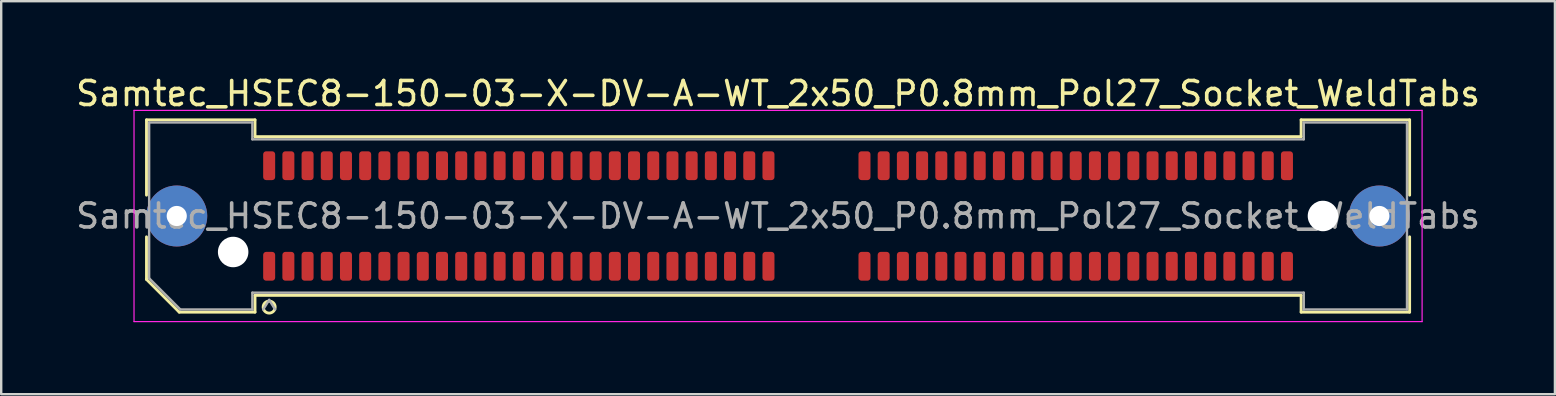
<source format=kicad_pcb>
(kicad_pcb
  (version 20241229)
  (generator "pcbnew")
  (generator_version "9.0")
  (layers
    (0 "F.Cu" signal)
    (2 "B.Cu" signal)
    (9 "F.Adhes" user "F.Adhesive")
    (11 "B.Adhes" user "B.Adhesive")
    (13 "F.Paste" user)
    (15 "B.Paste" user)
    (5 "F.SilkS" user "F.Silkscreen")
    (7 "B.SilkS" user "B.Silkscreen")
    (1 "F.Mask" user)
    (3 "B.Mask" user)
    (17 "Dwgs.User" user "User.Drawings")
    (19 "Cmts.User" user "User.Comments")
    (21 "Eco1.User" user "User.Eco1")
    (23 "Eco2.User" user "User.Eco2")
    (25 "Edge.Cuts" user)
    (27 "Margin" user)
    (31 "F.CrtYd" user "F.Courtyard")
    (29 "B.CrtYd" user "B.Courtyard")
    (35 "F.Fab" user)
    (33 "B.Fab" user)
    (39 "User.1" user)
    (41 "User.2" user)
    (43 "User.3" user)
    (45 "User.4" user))
  (footprint "Samtec_HSEC8-150-03-X-DV-A-WT_2x50_P0.8mm_Pol27_Socket_WeldTabs"
    (layer "F.Cu")
    (at 29.363 5.948)
    (property "Reference" "Samtec_HSEC8-150-03-X-DV-A-WT_2x50_P0.8mm_Pol27_Socket_WeldTabs" (at 0 -5.1 0) (layer "F.SilkS") (effects (font (size 1 1) (thickness 0.15))))
    (attr smd)
    (fp_line (start -26.31 -4.005) (end -21.79 -4.005) (stroke (width 0.12) (type solid)) (layer "F.SilkS"))
    (fp_line (start -26.31 -0.868) (end -26.31 -4.005) (stroke (width 0.12) (type solid)) (layer "F.SilkS"))
    (fp_line (start -26.31 2.641) (end -26.31 0.868) (stroke (width 0.12) (type solid)) (layer "F.SilkS"))
    (fp_line (start -24.946 4.005) (end -26.31 2.641) (stroke (width 0.12) (type solid)) (layer "F.SilkS"))
    (fp_line (start -21.79 -4.005) (end -21.79 -3.305) (stroke (width 0.12) (type solid)) (layer "F.SilkS"))
    (fp_line (start -21.79 -3.305) (end 21.79 -3.305) (stroke (width 0.12) (type solid)) (layer "F.SilkS"))
    (fp_line (start -21.79 3.305) (end -21.79 4.005) (stroke (width 0.12) (type solid)) (layer "F.SilkS"))
    (fp_line (start -21.79 4.005) (end -24.946 4.005) (stroke (width 0.12) (type solid)) (layer "F.SilkS"))
    (fp_line (start 21.79 -4.005) (end 26.31 -4.005) (stroke (width 0.12) (type solid)) (layer "F.SilkS"))
    (fp_line (start 21.79 -3.305) (end 21.79 -4.005) (stroke (width 0.12) (type solid)) (layer "F.SilkS"))
    (fp_line (start 21.79 3.305) (end -21.79 3.305) (stroke (width 0.12) (type solid)) (layer "F.SilkS"))
    (fp_line (start 21.79 4.005) (end 21.79 3.305) (stroke (width 0.12) (type solid)) (layer "F.SilkS"))
    (fp_line (start 26.31 -4.005) (end 26.31 -0.868) (stroke (width 0.12) (type solid)) (layer "F.SilkS"))
    (fp_line (start 26.31 0.868) (end 26.31 4.005) (stroke (width 0.12) (type solid)) (layer "F.SilkS"))
    (fp_line (start 26.31 4.005) (end 21.79 4.005) (stroke (width 0.12) (type solid)) (layer "F.SilkS"))
    (fp_arc (start -20.95 3.795) (mid -21.45 3.795) (end -20.95 3.795) (stroke (width 0.12) (type solid)) (layer "F.SilkS"))
    (fp_line (start -26.83 -4.4) (end -26.83 4.4) (stroke (width 0.05) (type solid)) (layer "F.CrtYd"))
    (fp_line (start -26.83 4.4) (end 26.83 4.4) (stroke (width 0.05) (type solid)) (layer "F.CrtYd"))
    (fp_line (start 26.83 -4.4) (end -26.83 -4.4) (stroke (width 0.05) (type solid)) (layer "F.CrtYd"))
    (fp_line (start 26.83 4.4) (end 26.83 -4.4) (stroke (width 0.05) (type solid)) (layer "F.CrtYd"))
    (fp_line (start -26.2 -3.895) (end -21.9 -3.895) (stroke (width 0.1) (type solid)) (layer "F.Fab"))
    (fp_line (start -26.2 2.595) (end -26.2 -3.895) (stroke (width 0.1) (type solid)) (layer "F.Fab"))
    (fp_line (start -24.9 3.895) (end -26.2 2.595) (stroke (width 0.1) (type solid)) (layer "F.Fab"))
    (fp_line (start -21.9 -3.895) (end -21.9 -3.195) (stroke (width 0.1) (type solid)) (layer "F.Fab"))
    (fp_line (start -21.9 -3.195) (end 21.9 -3.195) (stroke (width 0.1) (type solid)) (layer "F.Fab"))
    (fp_line (start -21.9 3.195) (end -21.9 3.895) (stroke (width 0.1) (type solid)) (layer "F.Fab"))
    (fp_line (start -21.9 3.895) (end -24.9 3.895) (stroke (width 0.1) (type solid)) (layer "F.Fab"))
    (fp_line (start -21.2 3.495) (end -21.45 3.895) (stroke (width 0.1) (type solid)) (layer "F.Fab"))
    (fp_line (start -21.2 3.495) (end -20.95 3.895) (stroke (width 0.1) (type solid)) (layer "F.Fab"))
    (fp_line (start 21.9 -3.895) (end 26.2 -3.895) (stroke (width 0.1) (type solid)) (layer "F.Fab"))
    (fp_line (start 21.9 -3.195) (end 21.9 -3.895) (stroke (width 0.1) (type solid)) (layer "F.Fab"))
    (fp_line (start 21.9 3.195) (end -21.9 3.195) (stroke (width 0.1) (type solid)) (layer "F.Fab"))
    (fp_line (start 21.9 3.895) (end 21.9 3.195) (stroke (width 0.1) (type solid)) (layer "F.Fab"))
    (fp_line (start 26.2 -3.895) (end 26.2 3.895) (stroke (width 0.1) (type solid)) (layer "F.Fab"))
    (fp_line (start 26.2 3.895) (end 21.9 3.895) (stroke (width 0.1) (type solid)) (layer "F.Fab"))
    (fp_text user "${REFERENCE}" (at 0 0 0) (layer "F.Fab") (effects (font (size 1 1) (thickness 0.15))))
    (pad "" thru_hole circle (at -25.05 0) (size 2.54 2.54) (drill 0.84) (layers "*.Cu" "*.Mask" "F.Paste"))
    (pad "" np_thru_hole circle (at -22.7 1.5) (size 1.27 1.27) (drill 1.27) (layers "*.Cu" "*.Mask"))
    (pad "" np_thru_hole circle (at 22.7 0) (size 1.27 1.27) (drill 1.27) (layers "*.Cu" "*.Mask"))
    (pad "" thru_hole circle (at 25.05 0) (size 2.54 2.54) (drill 0.84) (layers "*.Cu" "*.Mask" "F.Paste"))
    (pad "1" smd roundrect (at -21.2 2.095) (size 0.5 1.2) (layers "F.Cu" "F.Mask" "F.Paste") (roundrect_rratio 0.25))
    (pad "2" smd roundrect (at -21.2 -2.095) (size 0.5 1.2) (layers "F.Cu" "F.Mask" "F.Paste") (roundrect_rratio 0.25))
    (pad "3" smd roundrect (at -20.4 2.095) (size 0.5 1.2) (layers "F.Cu" "F.Mask" "F.Paste") (roundrect_rratio 0.25))
    (pad "4" smd roundrect (at -20.4 -2.095) (size 0.5 1.2) (layers "F.Cu" "F.Mask" "F.Paste") (roundrect_rratio 0.25))
    (pad "5" smd roundrect (at -19.6 2.095) (size 0.5 1.2) (layers "F.Cu" "F.Mask" "F.Paste") (roundrect_rratio 0.25))
    (pad "6" smd roundrect (at -19.6 -2.095) (size 0.5 1.2) (layers "F.Cu" "F.Mask" "F.Paste") (roundrect_rratio 0.25))
    (pad "7" smd roundrect (at -18.8 2.095) (size 0.5 1.2) (layers "F.Cu" "F.Mask" "F.Paste") (roundrect_rratio 0.25))
    (pad "8" smd roundrect (at -18.8 -2.095) (size 0.5 1.2) (layers "F.Cu" "F.Mask" "F.Paste") (roundrect_rratio 0.25))
    (pad "9" smd roundrect (at -18 2.095) (size 0.5 1.2) (layers "F.Cu" "F.Mask" "F.Paste") (roundrect_rratio 0.25))
    (pad "10" smd roundrect (at -18 -2.095) (size 0.5 1.2) (layers "F.Cu" "F.Mask" "F.Paste") (roundrect_rratio 0.25))
    (pad "11" smd roundrect (at -17.2 2.095) (size 0.5 1.2) (layers "F.Cu" "F.Mask" "F.Paste") (roundrect_rratio 0.25))
    (pad "12" smd roundrect (at -17.2 -2.095) (size 0.5 1.2) (layers "F.Cu" "F.Mask" "F.Paste") (roundrect_rratio 0.25))
    (pad "13" smd roundrect (at -16.4 2.095) (size 0.5 1.2) (layers "F.Cu" "F.Mask" "F.Paste") (roundrect_rratio 0.25))
    (pad "14" smd roundrect (at -16.4 -2.095) (size 0.5 1.2) (layers "F.Cu" "F.Mask" "F.Paste") (roundrect_rratio 0.25))
    (pad "15" smd roundrect (at -15.6 2.095) (size 0.5 1.2) (layers "F.Cu" "F.Mask" "F.Paste") (roundrect_rratio 0.25))
    (pad "16" smd roundrect (at -15.6 -2.095) (size 0.5 1.2) (layers "F.Cu" "F.Mask" "F.Paste") (roundrect_rratio 0.25))
    (pad "17" smd roundrect (at -14.8 2.095) (size 0.5 1.2) (layers "F.Cu" "F.Mask" "F.Paste") (roundrect_rratio 0.25))
    (pad "18" smd roundrect (at -14.8 -2.095) (size 0.5 1.2) (layers "F.Cu" "F.Mask" "F.Paste") (roundrect_rratio 0.25))
    (pad "19" smd roundrect (at -14 2.095) (size 0.5 1.2) (layers "F.Cu" "F.Mask" "F.Paste") (roundrect_rratio 0.25))
    (pad "20" smd roundrect (at -14 -2.095) (size 0.5 1.2) (layers "F.Cu" "F.Mask" "F.Paste") (roundrect_rratio 0.25))
    (pad "21" smd roundrect (at -13.2 2.095) (size 0.5 1.2) (layers "F.Cu" "F.Mask" "F.Paste") (roundrect_rratio 0.25))
    (pad "22" smd roundrect (at -13.2 -2.095) (size 0.5 1.2) (layers "F.Cu" "F.Mask" "F.Paste") (roundrect_rratio 0.25))
    (pad "23" smd roundrect (at -12.4 2.095) (size 0.5 1.2) (layers "F.Cu" "F.Mask" "F.Paste") (roundrect_rratio 0.25))
    (pad "24" smd roundrect (at -12.4 -2.095) (size 0.5 1.2) (layers "F.Cu" "F.Mask" "F.Paste") (roundrect_rratio 0.25))
    (pad "25" smd roundrect (at -11.6 2.095) (size 0.5 1.2) (layers "F.Cu" "F.Mask" "F.Paste") (roundrect_rratio 0.25))
    (pad "26" smd roundrect (at -11.6 -2.095) (size 0.5 1.2) (layers "F.Cu" "F.Mask" "F.Paste") (roundrect_rratio 0.25))
    (pad "27" smd roundrect (at -10.8 2.095) (size 0.5 1.2) (layers "F.Cu" "F.Mask" "F.Paste") (roundrect_rratio 0.25))
    (pad "28" smd roundrect (at -10.8 -2.095) (size 0.5 1.2) (layers "F.Cu" "F.Mask" "F.Paste") (roundrect_rratio 0.25))
    (pad "29" smd roundrect (at -10 2.095) (size 0.5 1.2) (layers "F.Cu" "F.Mask" "F.Paste") (roundrect_rratio 0.25))
    (pad "30" smd roundrect (at -10 -2.095) (size 0.5 1.2) (layers "F.Cu" "F.Mask" "F.Paste") (roundrect_rratio 0.25))
    (pad "31" smd roundrect (at -9.2 2.095) (size 0.5 1.2) (layers "F.Cu" "F.Mask" "F.Paste") (roundrect_rratio 0.25))
    (pad "32" smd roundrect (at -9.2 -2.095) (size 0.5 1.2) (layers "F.Cu" "F.Mask" "F.Paste") (roundrect_rratio 0.25))
    (pad "33" smd roundrect (at -8.4 2.095) (size 0.5 1.2) (layers "F.Cu" "F.Mask" "F.Paste") (roundrect_rratio 0.25))
    (pad "34" smd roundrect (at -8.4 -2.095) (size 0.5 1.2) (layers "F.Cu" "F.Mask" "F.Paste") (roundrect_rratio 0.25))
    (pad "35" smd roundrect (at -7.6 2.095) (size 0.5 1.2) (layers "F.Cu" "F.Mask" "F.Paste") (roundrect_rratio 0.25))
    (pad "36" smd roundrect (at -7.6 -2.095) (size 0.5 1.2) (layers "F.Cu" "F.Mask" "F.Paste") (roundrect_rratio 0.25))
    (pad "37" smd roundrect (at -6.8 2.095) (size 0.5 1.2) (layers "F.Cu" "F.Mask" "F.Paste") (roundrect_rratio 0.25))
    (pad "38" smd roundrect (at -6.8 -2.095) (size 0.5 1.2) (layers "F.Cu" "F.Mask" "F.Paste") (roundrect_rratio 0.25))
    (pad "39" smd roundrect (at -6 2.095) (size 0.5 1.2) (layers "F.Cu" "F.Mask" "F.Paste") (roundrect_rratio 0.25))
    (pad "40" smd roundrect (at -6 -2.095) (size 0.5 1.2) (layers "F.Cu" "F.Mask" "F.Paste") (roundrect_rratio 0.25))
    (pad "41" smd roundrect (at -5.2 2.095) (size 0.5 1.2) (layers "F.Cu" "F.Mask" "F.Paste") (roundrect_rratio 0.25))
    (pad "42" smd roundrect (at -5.2 -2.095) (size 0.5 1.2) (layers "F.Cu" "F.Mask" "F.Paste") (roundrect_rratio 0.25))
    (pad "43" smd roundrect (at -4.4 2.095) (size 0.5 1.2) (layers "F.Cu" "F.Mask" "F.Paste") (roundrect_rratio 0.25))
    (pad "44" smd roundrect (at -4.4 -2.095) (size 0.5 1.2) (layers "F.Cu" "F.Mask" "F.Paste") (roundrect_rratio 0.25))
    (pad "45" smd roundrect (at -3.6 2.095) (size 0.5 1.2) (layers "F.Cu" "F.Mask" "F.Paste") (roundrect_rratio 0.25))
    (pad "46" smd roundrect (at -3.6 -2.095) (size 0.5 1.2) (layers "F.Cu" "F.Mask" "F.Paste") (roundrect_rratio 0.25))
    (pad "47" smd roundrect (at -2.8 2.095) (size 0.5 1.2) (layers "F.Cu" "F.Mask" "F.Paste") (roundrect_rratio 0.25))
    (pad "48" smd roundrect (at -2.8 -2.095) (size 0.5 1.2) (layers "F.Cu" "F.Mask" "F.Paste") (roundrect_rratio 0.25))
    (pad "49" smd roundrect (at -2 2.095) (size 0.5 1.2) (layers "F.Cu" "F.Mask" "F.Paste") (roundrect_rratio 0.25))
    (pad "50" smd roundrect (at -2 -2.095) (size 0.5 1.2) (layers "F.Cu" "F.Mask" "F.Paste") (roundrect_rratio 0.25))
    (pad "51" smd roundrect (at -1.2 2.095) (size 0.5 1.2) (layers "F.Cu" "F.Mask" "F.Paste") (roundrect_rratio 0.25))
    (pad "52" smd roundrect (at -1.2 -2.095) (size 0.5 1.2) (layers "F.Cu" "F.Mask" "F.Paste") (roundrect_rratio 0.25))
    (pad "53" smd roundrect (at -0.4 2.095) (size 0.5 1.2) (layers "F.Cu" "F.Mask" "F.Paste") (roundrect_rratio 0.25))
    (pad "54" smd roundrect (at -0.4 -2.095) (size 0.5 1.2) (layers "F.Cu" "F.Mask" "F.Paste") (roundrect_rratio 0.25))
    (pad "55" smd roundrect (at 3.6 2.095) (size 0.5 1.2) (layers "F.Cu" "F.Mask" "F.Paste") (roundrect_rratio 0.25))
    (pad "56" smd roundrect (at 3.6 -2.095) (size 0.5 1.2) (layers "F.Cu" "F.Mask" "F.Paste") (roundrect_rratio 0.25))
    (pad "57" smd roundrect (at 4.4 2.095) (size 0.5 1.2) (layers "F.Cu" "F.Mask" "F.Paste") (roundrect_rratio 0.25))
    (pad "58" smd roundrect (at 4.4 -2.095) (size 0.5 1.2) (layers "F.Cu" "F.Mask" "F.Paste") (roundrect_rratio 0.25))
    (pad "59" smd roundrect (at 5.2 2.095) (size 0.5 1.2) (layers "F.Cu" "F.Mask" "F.Paste") (roundrect_rratio 0.25))
    (pad "60" smd roundrect (at 5.2 -2.095) (size 0.5 1.2) (layers "F.Cu" "F.Mask" "F.Paste") (roundrect_rratio 0.25))
    (pad "61" smd roundrect (at 6 2.095) (size 0.5 1.2) (layers "F.Cu" "F.Mask" "F.Paste") (roundrect_rratio 0.25))
    (pad "62" smd roundrect (at 6 -2.095) (size 0.5 1.2) (layers "F.Cu" "F.Mask" "F.Paste") (roundrect_rratio 0.25))
    (pad "63" smd roundrect (at 6.8 2.095) (size 0.5 1.2) (layers "F.Cu" "F.Mask" "F.Paste") (roundrect_rratio 0.25))
    (pad "64" smd roundrect (at 6.8 -2.095) (size 0.5 1.2) (layers "F.Cu" "F.Mask" "F.Paste") (roundrect_rratio 0.25))
    (pad "65" smd roundrect (at 7.6 2.095) (size 0.5 1.2) (layers "F.Cu" "F.Mask" "F.Paste") (roundrect_rratio 0.25))
    (pad "66" smd roundrect (at 7.6 -2.095) (size 0.5 1.2) (layers "F.Cu" "F.Mask" "F.Paste") (roundrect_rratio 0.25))
    (pad "67" smd roundrect (at 8.4 2.095) (size 0.5 1.2) (layers "F.Cu" "F.Mask" "F.Paste") (roundrect_rratio 0.25))
    (pad "68" smd roundrect (at 8.4 -2.095) (size 0.5 1.2) (layers "F.Cu" "F.Mask" "F.Paste") (roundrect_rratio 0.25))
    (pad "69" smd roundrect (at 9.2 2.095) (size 0.5 1.2) (layers "F.Cu" "F.Mask" "F.Paste") (roundrect_rratio 0.25))
    (pad "70" smd roundrect (at 9.2 -2.095) (size 0.5 1.2) (layers "F.Cu" "F.Mask" "F.Paste") (roundrect_rratio 0.25))
    (pad "71" smd roundrect (at 10 2.095) (size 0.5 1.2) (layers "F.Cu" "F.Mask" "F.Paste") (roundrect_rratio 0.25))
    (pad "72" smd roundrect (at 10 -2.095) (size 0.5 1.2) (layers "F.Cu" "F.Mask" "F.Paste") (roundrect_rratio 0.25))
    (pad "73" smd roundrect (at 10.8 2.095) (size 0.5 1.2) (layers "F.Cu" "F.Mask" "F.Paste") (roundrect_rratio 0.25))
    (pad "74" smd roundrect (at 10.8 -2.095) (size 0.5 1.2) (layers "F.Cu" "F.Mask" "F.Paste") (roundrect_rratio 0.25))
    (pad "75" smd roundrect (at 11.6 2.095) (size 0.5 1.2) (layers "F.Cu" "F.Mask" "F.Paste") (roundrect_rratio 0.25))
    (pad "76" smd roundrect (at 11.6 -2.095) (size 0.5 1.2) (layers "F.Cu" "F.Mask" "F.Paste") (roundrect_rratio 0.25))
    (pad "77" smd roundrect (at 12.4 2.095) (size 0.5 1.2) (layers "F.Cu" "F.Mask" "F.Paste") (roundrect_rratio 0.25))
    (pad "78" smd roundrect (at 12.4 -2.095) (size 0.5 1.2) (layers "F.Cu" "F.Mask" "F.Paste") (roundrect_rratio 0.25))
    (pad "79" smd roundrect (at 13.2 2.095) (size 0.5 1.2) (layers "F.Cu" "F.Mask" "F.Paste") (roundrect_rratio 0.25))
    (pad "80" smd roundrect (at 13.2 -2.095) (size 0.5 1.2) (layers "F.Cu" "F.Mask" "F.Paste") (roundrect_rratio 0.25))
    (pad "81" smd roundrect (at 14 2.095) (size 0.5 1.2) (layers "F.Cu" "F.Mask" "F.Paste") (roundrect_rratio 0.25))
    (pad "82" smd roundrect (at 14 -2.095) (size 0.5 1.2) (layers "F.Cu" "F.Mask" "F.Paste") (roundrect_rratio 0.25))
    (pad "83" smd roundrect (at 14.8 2.095) (size 0.5 1.2) (layers "F.Cu" "F.Mask" "F.Paste") (roundrect_rratio 0.25))
    (pad "84" smd roundrect (at 14.8 -2.095) (size 0.5 1.2) (layers "F.Cu" "F.Mask" "F.Paste") (roundrect_rratio 0.25))
    (pad "85" smd roundrect (at 15.6 2.095) (size 0.5 1.2) (layers "F.Cu" "F.Mask" "F.Paste") (roundrect_rratio 0.25))
    (pad "86" smd roundrect (at 15.6 -2.095) (size 0.5 1.2) (layers "F.Cu" "F.Mask" "F.Paste") (roundrect_rratio 0.25))
    (pad "87" smd roundrect (at 16.4 2.095) (size 0.5 1.2) (layers "F.Cu" "F.Mask" "F.Paste") (roundrect_rratio 0.25))
    (pad "88" smd roundrect (at 16.4 -2.095) (size 0.5 1.2) (layers "F.Cu" "F.Mask" "F.Paste") (roundrect_rratio 0.25))
    (pad "89" smd roundrect (at 17.2 2.095) (size 0.5 1.2) (layers "F.Cu" "F.Mask" "F.Paste") (roundrect_rratio 0.25))
    (pad "90" smd roundrect (at 17.2 -2.095) (size 0.5 1.2) (layers "F.Cu" "F.Mask" "F.Paste") (roundrect_rratio 0.25))
    (pad "91" smd roundrect (at 18 2.095) (size 0.5 1.2) (layers "F.Cu" "F.Mask" "F.Paste") (roundrect_rratio 0.25))
    (pad "92" smd roundrect (at 18 -2.095) (size 0.5 1.2) (layers "F.Cu" "F.Mask" "F.Paste") (roundrect_rratio 0.25))
    (pad "93" smd roundrect (at 18.8 2.095) (size 0.5 1.2) (layers "F.Cu" "F.Mask" "F.Paste") (roundrect_rratio 0.25))
    (pad "94" smd roundrect (at 18.8 -2.095) (size 0.5 1.2) (layers "F.Cu" "F.Mask" "F.Paste") (roundrect_rratio 0.25))
    (pad "95" smd roundrect (at 19.6 2.095) (size 0.5 1.2) (layers "F.Cu" "F.Mask" "F.Paste") (roundrect_rratio 0.25))
    (pad "96" smd roundrect (at 19.6 -2.095) (size 0.5 1.2) (layers "F.Cu" "F.Mask" "F.Paste") (roundrect_rratio 0.25))
    (pad "97" smd roundrect (at 20.4 2.095) (size 0.5 1.2) (layers "F.Cu" "F.Mask" "F.Paste") (roundrect_rratio 0.25))
    (pad "98" smd roundrect (at 20.4 -2.095) (size 0.5 1.2) (layers "F.Cu" "F.Mask" "F.Paste") (roundrect_rratio 0.25))
    (pad "99" smd roundrect (at 21.2 2.095) (size 0.5 1.2) (layers "F.Cu" "F.Mask" "F.Paste") (roundrect_rratio 0.25))
    (pad "100" smd roundrect (at 21.2 -2.095) (size 0.5 1.2) (layers "F.Cu" "F.Mask" "F.Paste") (roundrect_rratio 0.25)))
  (gr_rect
    (start -3 -3)
    (end 61.726 13.373)
    (stroke (width 0.1) (type default))
    (fill no)
    (layer "Edge.Cuts")))
</source>
